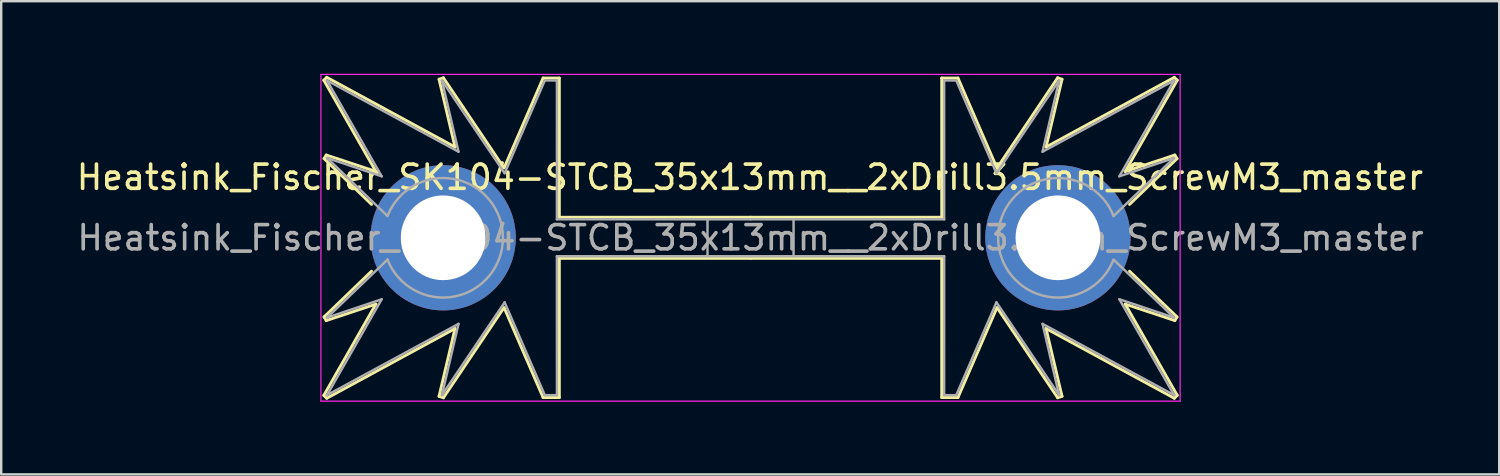
<source format=kicad_pcb>
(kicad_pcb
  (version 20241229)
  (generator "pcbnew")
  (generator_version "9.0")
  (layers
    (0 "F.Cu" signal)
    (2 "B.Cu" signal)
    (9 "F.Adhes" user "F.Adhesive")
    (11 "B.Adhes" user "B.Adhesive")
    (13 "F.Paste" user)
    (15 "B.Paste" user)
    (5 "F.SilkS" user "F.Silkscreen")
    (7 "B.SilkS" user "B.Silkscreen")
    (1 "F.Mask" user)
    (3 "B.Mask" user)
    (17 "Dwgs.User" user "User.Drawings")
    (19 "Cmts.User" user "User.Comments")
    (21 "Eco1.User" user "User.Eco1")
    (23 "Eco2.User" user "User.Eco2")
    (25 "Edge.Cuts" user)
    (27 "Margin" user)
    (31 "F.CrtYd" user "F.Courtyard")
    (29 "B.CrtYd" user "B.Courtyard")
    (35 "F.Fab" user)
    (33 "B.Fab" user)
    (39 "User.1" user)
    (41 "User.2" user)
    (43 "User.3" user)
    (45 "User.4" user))
  (footprint "Heatsink_Fischer_SK104-STCB_35x13mm__2xDrill3.5mm_ScrewM3_master"
    (layer "F.Cu")
    (at 27.96 6.775)
    (property "Reference" "Heatsink_Fischer_SK104-STCB_35x13mm__2xDrill3.5mm_ScrewM3_master" (at -0.025 -2.5 0) (layer "F.SilkS") (effects (font (size 1 1) (thickness 0.15))))
    (attr through_hole)
    (fp_line (start -17.63 -6.51) (end -15.48 -2.74) (stroke (width 0.12) (type solid)) (layer "F.SilkS"))
    (fp_line (start -17.63 6.51) (end -15.48 2.74) (stroke (width 0.12) (type solid)) (layer "F.SilkS"))
    (fp_line (start -17.62 -3.27) (end -15.66 -1.38) (stroke (width 0.12) (type solid)) (layer "F.SilkS"))
    (fp_line (start -17.62 3.27) (end -15.66 1.38) (stroke (width 0.12) (type solid)) (layer "F.SilkS"))
    (fp_line (start -17.53 -3.42) (end -17.62 -3.27) (stroke (width 0.12) (type solid)) (layer "F.SilkS"))
    (fp_line (start -17.53 3.42) (end -17.62 3.27) (stroke (width 0.12) (type solid)) (layer "F.SilkS"))
    (fp_line (start -17.51 -6.63) (end -17.63 -6.51) (stroke (width 0.12) (type solid)) (layer "F.SilkS"))
    (fp_line (start -17.51 6.63) (end -17.63 6.51) (stroke (width 0.12) (type solid)) (layer "F.SilkS"))
    (fp_line (start -15.48 -2.74) (end -17.53 -3.42) (stroke (width 0.12) (type solid)) (layer "F.SilkS"))
    (fp_line (start -15.48 2.74) (end -17.53 3.42) (stroke (width 0.12) (type solid)) (layer "F.SilkS"))
    (fp_line (start -12.87 -6.55) (end -12.21 -3.75) (stroke (width 0.12) (type solid)) (layer "F.SilkS"))
    (fp_line (start -12.87 6.55) (end -12.21 3.75) (stroke (width 0.12) (type solid)) (layer "F.SilkS"))
    (fp_line (start -12.69 -6.61) (end -12.87 -6.55) (stroke (width 0.12) (type solid)) (layer "F.SilkS"))
    (fp_line (start -12.69 6.61) (end -12.87 6.55) (stroke (width 0.12) (type solid)) (layer "F.SilkS"))
    (fp_line (start -12.21 -3.75) (end -17.51 -6.63) (stroke (width 0.12) (type solid)) (layer "F.SilkS"))
    (fp_line (start -12.21 3.75) (end -17.51 6.63) (stroke (width 0.12) (type solid)) (layer "F.SilkS"))
    (fp_line (start -10.19 -2.89) (end -12.69 -6.61) (stroke (width 0.12) (type solid)) (layer "F.SilkS"))
    (fp_line (start -10.19 2.89) (end -12.69 6.61) (stroke (width 0.12) (type solid)) (layer "F.SilkS"))
    (fp_line (start -8.57 -6.6) (end -10.18 -2.89) (stroke (width 0.12) (type solid)) (layer "F.SilkS"))
    (fp_line (start -8.57 6.6) (end -10.18 2.89) (stroke (width 0.12) (type solid)) (layer "F.SilkS"))
    (fp_line (start -7.9 -6.6) (end -8.57 -6.6) (stroke (width 0.12) (type solid)) (layer "F.SilkS"))
    (fp_line (start -7.9 -0.85) (end -7.9 -6.6) (stroke (width 0.12) (type solid)) (layer "F.SilkS"))
    (fp_line (start -7.9 0.85) (end -7.9 6.6) (stroke (width 0.12) (type solid)) (layer "F.SilkS"))
    (fp_line (start -7.9 6.6) (end -8.57 6.6) (stroke (width 0.12) (type solid)) (layer "F.SilkS"))
    (fp_line (start 0 -0.85) (end -7.9 -0.85) (stroke (width 0.12) (type solid)) (layer "F.SilkS"))
    (fp_line (start 0 -0.85) (end 7.9 -0.85) (stroke (width 0.12) (type solid)) (layer "F.SilkS"))
    (fp_line (start 0 0.85) (end -7.9 0.85) (stroke (width 0.12) (type solid)) (layer "F.SilkS"))
    (fp_line (start 0 0.85) (end 7.9 0.85) (stroke (width 0.12) (type solid)) (layer "F.SilkS"))
    (fp_line (start 7.9 -6.6) (end 8.57 -6.6) (stroke (width 0.12) (type solid)) (layer "F.SilkS"))
    (fp_line (start 7.9 -0.85) (end 7.9 -6.6) (stroke (width 0.12) (type solid)) (layer "F.SilkS"))
    (fp_line (start 7.9 0.85) (end 7.9 6.6) (stroke (width 0.12) (type solid)) (layer "F.SilkS"))
    (fp_line (start 7.9 6.6) (end 8.57 6.6) (stroke (width 0.12) (type solid)) (layer "F.SilkS"))
    (fp_line (start 8.57 -6.6) (end 10.18 -2.89) (stroke (width 0.12) (type solid)) (layer "F.SilkS"))
    (fp_line (start 8.57 6.6) (end 10.18 2.89) (stroke (width 0.12) (type solid)) (layer "F.SilkS"))
    (fp_line (start 10.19 -2.89) (end 12.69 -6.61) (stroke (width 0.12) (type solid)) (layer "F.SilkS"))
    (fp_line (start 10.19 2.89) (end 12.69 6.61) (stroke (width 0.12) (type solid)) (layer "F.SilkS"))
    (fp_line (start 12.21 -3.75) (end 17.51 -6.63) (stroke (width 0.12) (type solid)) (layer "F.SilkS"))
    (fp_line (start 12.21 3.75) (end 17.51 6.63) (stroke (width 0.12) (type solid)) (layer "F.SilkS"))
    (fp_line (start 12.69 -6.61) (end 12.87 -6.55) (stroke (width 0.12) (type solid)) (layer "F.SilkS"))
    (fp_line (start 12.69 6.61) (end 12.87 6.55) (stroke (width 0.12) (type solid)) (layer "F.SilkS"))
    (fp_line (start 12.87 -6.55) (end 12.21 -3.75) (stroke (width 0.12) (type solid)) (layer "F.SilkS"))
    (fp_line (start 12.87 6.55) (end 12.21 3.75) (stroke (width 0.12) (type solid)) (layer "F.SilkS"))
    (fp_line (start 15.48 -2.74) (end 17.53 -3.42) (stroke (width 0.12) (type solid)) (layer "F.SilkS"))
    (fp_line (start 15.48 2.74) (end 17.53 3.42) (stroke (width 0.12) (type solid)) (layer "F.SilkS"))
    (fp_line (start 17.51 -6.63) (end 17.63 -6.51) (stroke (width 0.12) (type solid)) (layer "F.SilkS"))
    (fp_line (start 17.51 6.63) (end 17.63 6.51) (stroke (width 0.12) (type solid)) (layer "F.SilkS"))
    (fp_line (start 17.53 -3.42) (end 17.62 -3.27) (stroke (width 0.12) (type solid)) (layer "F.SilkS"))
    (fp_line (start 17.53 3.42) (end 17.62 3.27) (stroke (width 0.12) (type solid)) (layer "F.SilkS"))
    (fp_line (start 17.62 -3.27) (end 15.66 -1.38) (stroke (width 0.12) (type solid)) (layer "F.SilkS"))
    (fp_line (start 17.62 3.27) (end 15.66 1.38) (stroke (width 0.12) (type solid)) (layer "F.SilkS"))
    (fp_line (start 17.63 -6.51) (end 15.48 -2.74) (stroke (width 0.12) (type solid)) (layer "F.SilkS"))
    (fp_line (start 17.63 6.51) (end 15.48 2.74) (stroke (width 0.12) (type solid)) (layer "F.SilkS"))
    (fp_line (start -17.75 -6.75) (end -17.75 6.75) (stroke (width 0.05) (type solid)) (layer "F.CrtYd"))
    (fp_line (start -17.75 -6.75) (end 17.75 -6.75) (stroke (width 0.05) (type solid)) (layer "F.CrtYd"))
    (fp_line (start 17.75 6.75) (end -17.75 6.75) (stroke (width 0.05) (type solid)) (layer "F.CrtYd"))
    (fp_line (start 17.75 6.75) (end 17.75 -6.75) (stroke (width 0.05) (type solid)) (layer "F.CrtYd"))
    (fp_line (start -17.5 -6.5) (end -15.24 -2.54) (stroke (width 0.1) (type solid)) (layer "F.Fab"))
    (fp_line (start -17.5 -6.5) (end -12.065 -3.556) (stroke (width 0.1) (type solid)) (layer "F.Fab"))
    (fp_line (start -17.5 -3.3) (end -15 -0.9) (stroke (width 0.1) (type solid)) (layer "F.Fab"))
    (fp_line (start -17.5 3.3) (end -15 0.9) (stroke (width 0.1) (type solid)) (layer "F.Fab"))
    (fp_line (start -17.5 6.5) (end -15.24 2.54) (stroke (width 0.1) (type solid)) (layer "F.Fab"))
    (fp_line (start -17.5 6.5) (end -12.065 3.556) (stroke (width 0.1) (type solid)) (layer "F.Fab"))
    (fp_line (start -15.24 -2.54) (end -17.5 -3.3) (stroke (width 0.1) (type solid)) (layer "F.Fab"))
    (fp_line (start -15.24 2.54) (end -17.5 3.3) (stroke (width 0.1) (type solid)) (layer "F.Fab"))
    (fp_line (start -12.065 -3.556) (end -12.75 -6.5) (stroke (width 0.1) (type solid)) (layer "F.Fab"))
    (fp_line (start -12.065 3.556) (end -12.75 6.5) (stroke (width 0.1) (type solid)) (layer "F.Fab"))
    (fp_line (start -10.16 -2.667) (end -12.75 -6.5) (stroke (width 0.1) (type solid)) (layer "F.Fab"))
    (fp_line (start -10.16 2.667) (end -12.75 6.5) (stroke (width 0.1) (type solid)) (layer "F.Fab"))
    (fp_line (start -8.5 -6.5) (end -10.16 -2.667) (stroke (width 0.1) (type solid)) (layer "F.Fab"))
    (fp_line (start -8.5 6.5) (end -10.16 2.667) (stroke (width 0.1) (type solid)) (layer "F.Fab"))
    (fp_line (start -8.001 -0.762) (end -8 -6.5) (stroke (width 0.1) (type solid)) (layer "F.Fab"))
    (fp_line (start -8.001 0.762) (end -8 6.5) (stroke (width 0.1) (type solid)) (layer "F.Fab"))
    (fp_line (start -8 -6.5) (end -8.5 -6.5) (stroke (width 0.1) (type solid)) (layer "F.Fab"))
    (fp_line (start -8 6.5) (end -8.5 6.5) (stroke (width 0.1) (type solid)) (layer "F.Fab"))
    (fp_line (start -1.778 0.762) (end -1.778 -0.762) (stroke (width 0.1) (type solid)) (layer "F.Fab"))
    (fp_line (start 0 -0.762) (end -8.001 -0.762) (stroke (width 0.1) (type solid)) (layer "F.Fab"))
    (fp_line (start 0 -0.762) (end 8.001 -0.762) (stroke (width 0.1) (type solid)) (layer "F.Fab"))
    (fp_line (start 0 0.762) (end -8.001 0.762) (stroke (width 0.1) (type solid)) (layer "F.Fab"))
    (fp_line (start 0 0.762) (end 8.001 0.762) (stroke (width 0.1) (type solid)) (layer "F.Fab"))
    (fp_line (start 1.778 -0.762) (end 1.778 0.762) (stroke (width 0.1) (type solid)) (layer "F.Fab"))
    (fp_line (start 8 -6.5) (end 8.5 -6.5) (stroke (width 0.1) (type solid)) (layer "F.Fab"))
    (fp_line (start 8 6.5) (end 8.5 6.5) (stroke (width 0.1) (type solid)) (layer "F.Fab"))
    (fp_line (start 8.001 -0.762) (end 8 -6.5) (stroke (width 0.1) (type solid)) (layer "F.Fab"))
    (fp_line (start 8.001 0.762) (end 8 6.5) (stroke (width 0.1) (type solid)) (layer "F.Fab"))
    (fp_line (start 8.5 -6.5) (end 10.16 -2.667) (stroke (width 0.1) (type solid)) (layer "F.Fab"))
    (fp_line (start 8.5 6.5) (end 10.16 2.667) (stroke (width 0.1) (type solid)) (layer "F.Fab"))
    (fp_line (start 10.16 -2.667) (end 12.75 -6.5) (stroke (width 0.1) (type solid)) (layer "F.Fab"))
    (fp_line (start 10.16 2.667) (end 12.75 6.5) (stroke (width 0.1) (type solid)) (layer "F.Fab"))
    (fp_line (start 12.065 -3.556) (end 12.75 -6.5) (stroke (width 0.1) (type solid)) (layer "F.Fab"))
    (fp_line (start 12.065 3.556) (end 12.75 6.5) (stroke (width 0.1) (type solid)) (layer "F.Fab"))
    (fp_line (start 15.24 -2.54) (end 17.5 -3.3) (stroke (width 0.1) (type solid)) (layer "F.Fab"))
    (fp_line (start 15.24 2.54) (end 17.5 3.3) (stroke (width 0.1) (type solid)) (layer "F.Fab"))
    (fp_line (start 17.5 -6.5) (end 12.065 -3.556) (stroke (width 0.1) (type solid)) (layer "F.Fab"))
    (fp_line (start 17.5 -6.5) (end 15.24 -2.54) (stroke (width 0.1) (type solid)) (layer "F.Fab"))
    (fp_line (start 17.5 -3.3) (end 15 -0.9) (stroke (width 0.1) (type solid)) (layer "F.Fab"))
    (fp_line (start 17.5 3.3) (end 15 0.9) (stroke (width 0.1) (type solid)) (layer "F.Fab"))
    (fp_line (start 17.5 6.5) (end 12.065 3.556) (stroke (width 0.1) (type solid)) (layer "F.Fab"))
    (fp_line (start 17.5 6.5) (end 15.24 2.54) (stroke (width 0.1) (type solid)) (layer "F.Fab"))
    (fp_arc (start -14.99272 -0.918387) (mid -10.230202 0.009888) (end -15 0.9) (stroke (width 0.1) (type solid)) (layer "F.Fab"))
    (fp_arc (start 14.99272 0.918387) (mid 10.230202 -0.009888) (end 15 -0.9) (stroke (width 0.1) (type solid)) (layer "F.Fab"))
    (fp_text user "${REFERENCE}" (at 0 0 0) (layer "F.Fab") (effects (font (size 1 1) (thickness 0.15))))
    (pad "1" thru_hole circle (at -12.7 0 180) (size 6 6) (drill 3.5) (layers "*.Cu" "*.Mask"))
    (pad "1" thru_hole circle (at 12.7 0) (size 6 6) (drill 3.5) (layers "*.Cu" "*.Mask")))
  (gr_rect
    (start -3 -3)
    (end 58.894 16.55)
    (stroke (width 0.1) (type default))
    (fill no)
    (layer "Edge.Cuts")))
</source>
